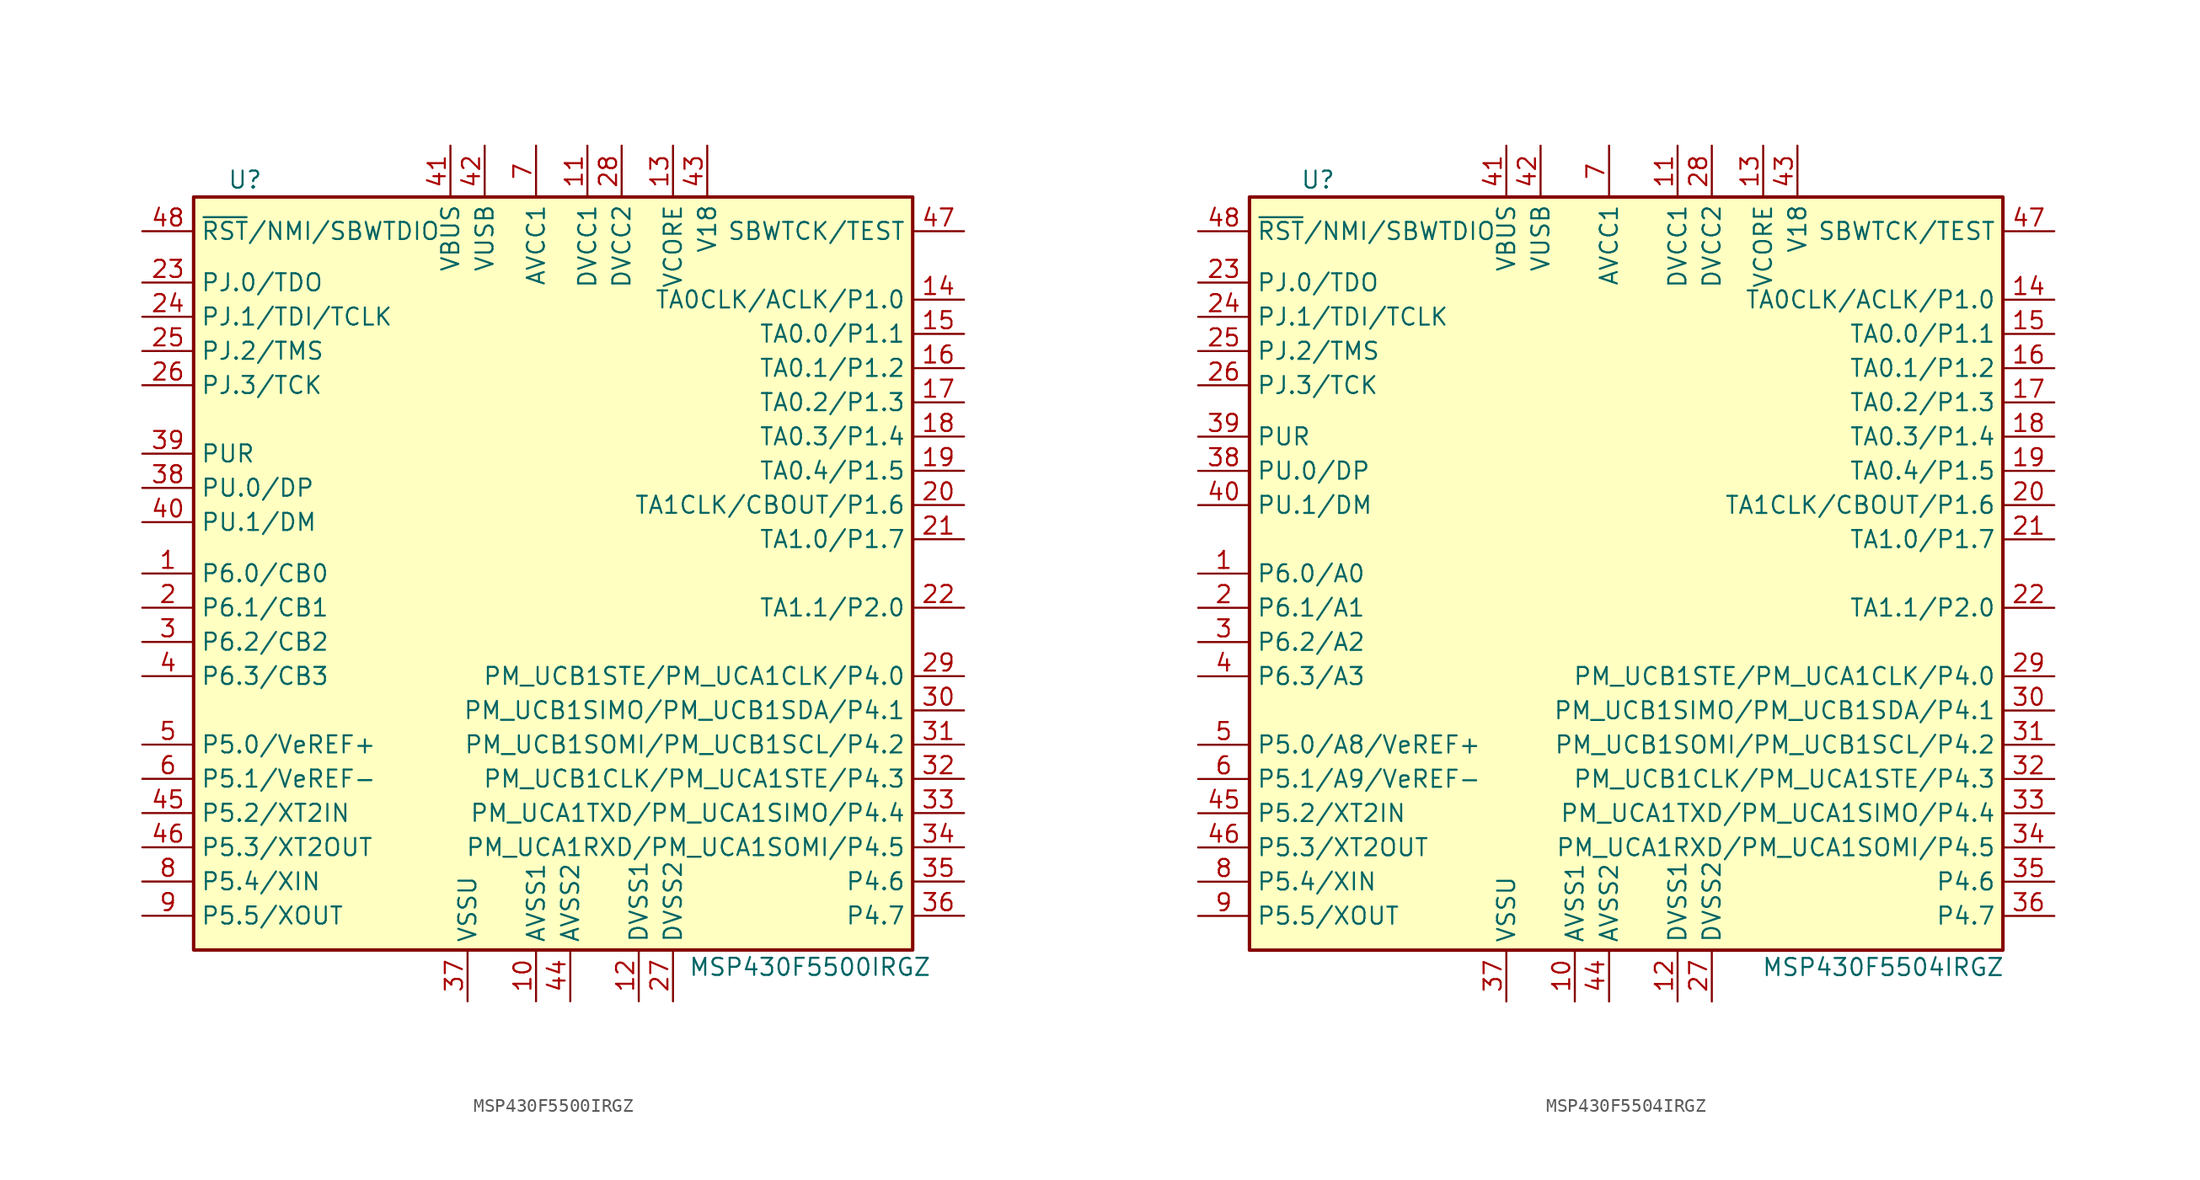
<source format=kicad_sym>
(kicad_symbol_lib
  (version 20201005)
  (generator kicad_symbol_editor)
  (symbol "MSP430F5500IRGZ"
    (property "Reference" "U"
      (at -22.86 29.21 0)
      (effects (font (size 1.27 1.27))))
    (property "Value" "MSP430F5500IRGZ"
      (at 19.05 -29.21 0)
      (effects (font (size 1.27 1.27))))
    (symbol "MSP430F5500IRGZ_0_1"
      (rectangle (start -26.67 27.94) (end 26.67 -27.94) (stroke (width 0.254)) (fill (type background))))
    (symbol "MSP430F5500IRGZ_1_1"
      (pin bidirectional line (at -30.48 0 0) (length 3.81) (name "P6.0/CB0" (effects (font (size 1.27 1.27)))) (number "1" (effects (font (size 1.27 1.27)))))
      (pin power_in line (at -1.27 -31.75 90) (length 3.81) (name "AVSS1" (effects (font (size 1.27 1.27)))) (number "10" (effects (font (size 1.27 1.27)))))
      (pin power_in line (at 2.54 31.75 270) (length 3.81) (name "DVCC1" (effects (font (size 1.27 1.27)))) (number "11" (effects (font (size 1.27 1.27)))))
      (pin power_in line (at 6.35 -31.75 90) (length 3.81) (name "DVSS1" (effects (font (size 1.27 1.27)))) (number "12" (effects (font (size 1.27 1.27)))))
      (pin passive line (at 8.89 31.75 270) (length 3.81) (name "VCORE" (effects (font (size 1.27 1.27)))) (number "13" (effects (font (size 1.27 1.27)))))
      (pin bidirectional line (at 30.48 20.32 180) (length 3.81) (name "TA0CLK/ACLK/P1.0" (effects (font (size 1.27 1.27)))) (number "14" (effects (font (size 1.27 1.27)))))
      (pin bidirectional line (at 30.48 17.78 180) (length 3.81) (name "TA0.0/P1.1" (effects (font (size 1.27 1.27)))) (number "15" (effects (font (size 1.27 1.27)))))
      (pin bidirectional line (at 30.48 15.24 180) (length 3.81) (name "TA0.1/P1.2" (effects (font (size 1.27 1.27)))) (number "16" (effects (font (size 1.27 1.27)))))
      (pin bidirectional line (at 30.48 12.7 180) (length 3.81) (name "TA0.2/P1.3" (effects (font (size 1.27 1.27)))) (number "17" (effects (font (size 1.27 1.27)))))
      (pin bidirectional line (at 30.48 10.16 180) (length 3.81) (name "TA0.3/P1.4" (effects (font (size 1.27 1.27)))) (number "18" (effects (font (size 1.27 1.27)))))
      (pin bidirectional line (at 30.48 7.62 180) (length 3.81) (name "TA0.4/P1.5" (effects (font (size 1.27 1.27)))) (number "19" (effects (font (size 1.27 1.27)))))
      (pin bidirectional line (at -30.48 -2.54 0) (length 3.81) (name "P6.1/CB1" (effects (font (size 1.27 1.27)))) (number "2" (effects (font (size 1.27 1.27)))))
      (pin bidirectional line (at 30.48 5.08 180) (length 3.81) (name "TA1CLK/CBOUT/P1.6" (effects (font (size 1.27 1.27)))) (number "20" (effects (font (size 1.27 1.27)))))
      (pin bidirectional line (at 30.48 2.54 180) (length 3.81) (name "TA1.0/P1.7" (effects (font (size 1.27 1.27)))) (number "21" (effects (font (size 1.27 1.27)))))
      (pin bidirectional line (at 30.48 -2.54 180) (length 3.81) (name "TA1.1/P2.0" (effects (font (size 1.27 1.27)))) (number "22" (effects (font (size 1.27 1.27)))))
      (pin bidirectional line (at -30.48 21.59 0) (length 3.81) (name "PJ.0/TDO" (effects (font (size 1.27 1.27)))) (number "23" (effects (font (size 1.27 1.27)))))
      (pin bidirectional line (at -30.48 19.05 0) (length 3.81) (name "PJ.1/TDI/TCLK" (effects (font (size 1.27 1.27)))) (number "24" (effects (font (size 1.27 1.27)))))
      (pin bidirectional line (at -30.48 16.51 0) (length 3.81) (name "PJ.2/TMS" (effects (font (size 1.27 1.27)))) (number "25" (effects (font (size 1.27 1.27)))))
      (pin bidirectional line (at -30.48 13.97 0) (length 3.81) (name "PJ.3/TCK" (effects (font (size 1.27 1.27)))) (number "26" (effects (font (size 1.27 1.27)))))
      (pin power_in line (at 8.89 -31.75 90) (length 3.81) (name "DVSS2" (effects (font (size 1.27 1.27)))) (number "27" (effects (font (size 1.27 1.27)))))
      (pin power_in line (at 5.08 31.75 270) (length 3.81) (name "DVCC2" (effects (font (size 1.27 1.27)))) (number "28" (effects (font (size 1.27 1.27)))))
      (pin bidirectional line (at 30.48 -7.62 180) (length 3.81) (name "PM_UCB1STE/PM_UCA1CLK/P4.0" (effects (font (size 1.27 1.27)))) (number "29" (effects (font (size 1.27 1.27)))))
      (pin bidirectional line (at -30.48 -5.08 0) (length 3.81) (name "P6.2/CB2" (effects (font (size 1.27 1.27)))) (number "3" (effects (font (size 1.27 1.27)))))
      (pin bidirectional line (at 30.48 -10.16 180) (length 3.81) (name "PM_UCB1SIMO/PM_UCB1SDA/P4.1" (effects (font (size 1.27 1.27)))) (number "30" (effects (font (size 1.27 1.27)))))
      (pin bidirectional line (at 30.48 -12.7 180) (length 3.81) (name "PM_UCB1SOMI/PM_UCB1SCL/P4.2" (effects (font (size 1.27 1.27)))) (number "31" (effects (font (size 1.27 1.27)))))
      (pin bidirectional line (at 30.48 -15.24 180) (length 3.81) (name "PM_UCB1CLK/PM_UCA1STE/P4.3" (effects (font (size 1.27 1.27)))) (number "32" (effects (font (size 1.27 1.27)))))
      (pin bidirectional line (at 30.48 -17.78 180) (length 3.81) (name "PM_UCA1TXD/PM_UCA1SIMO/P4.4" (effects (font (size 1.27 1.27)))) (number "33" (effects (font (size 1.27 1.27)))))
      (pin bidirectional line (at 30.48 -20.32 180) (length 3.81) (name "PM_UCA1RXD/PM_UCA1SOMI/P4.5" (effects (font (size 1.27 1.27)))) (number "34" (effects (font (size 1.27 1.27)))))
      (pin bidirectional line (at 30.48 -22.86 180) (length 3.81) (name "P4.6" (effects (font (size 1.27 1.27)))) (number "35" (effects (font (size 1.27 1.27)))))
      (pin bidirectional line (at 30.48 -25.4 180) (length 3.81) (name "P4.7" (effects (font (size 1.27 1.27)))) (number "36" (effects (font (size 1.27 1.27)))))
      (pin power_in line (at -6.35 -31.75 90) (length 3.81) (name "VSSU" (effects (font (size 1.27 1.27)))) (number "37" (effects (font (size 1.27 1.27)))))
      (pin bidirectional line (at -30.48 6.35 0) (length 3.81) (name "PU.0/DP" (effects (font (size 1.27 1.27)))) (number "38" (effects (font (size 1.27 1.27)))))
      (pin bidirectional line (at -30.48 8.89 0) (length 3.81) (name "PUR" (effects (font (size 1.27 1.27)))) (number "39" (effects (font (size 1.27 1.27)))))
      (pin bidirectional line (at -30.48 -7.62 0) (length 3.81) (name "P6.3/CB3" (effects (font (size 1.27 1.27)))) (number "4" (effects (font (size 1.27 1.27)))))
      (pin bidirectional line (at -30.48 3.81 0) (length 3.81) (name "PU.1/DM" (effects (font (size 1.27 1.27)))) (number "40" (effects (font (size 1.27 1.27)))))
      (pin power_in line (at -7.62 31.75 270) (length 3.81) (name "VBUS" (effects (font (size 1.27 1.27)))) (number "41" (effects (font (size 1.27 1.27)))))
      (pin power_out line (at -5.08 31.75 270) (length 3.81) (name "VUSB" (effects (font (size 1.27 1.27)))) (number "42" (effects (font (size 1.27 1.27)))))
      (pin passive line (at 11.43 31.75 270) (length 3.81) (name "V18" (effects (font (size 1.27 1.27)))) (number "43" (effects (font (size 1.27 1.27)))))
      (pin power_in line (at 1.27 -31.75 90) (length 3.81) (name "AVSS2" (effects (font (size 1.27 1.27)))) (number "44" (effects (font (size 1.27 1.27)))))
      (pin bidirectional line (at -30.48 -17.78 0) (length 3.81) (name "P5.2/XT2IN" (effects (font (size 1.27 1.27)))) (number "45" (effects (font (size 1.27 1.27)))))
      (pin bidirectional line (at -30.48 -20.32 0) (length 3.81) (name "P5.3/XT2OUT" (effects (font (size 1.27 1.27)))) (number "46" (effects (font (size 1.27 1.27)))))
      (pin input line (at 30.48 25.4 180) (length 3.81) (name "SBWTCK/TEST" (effects (font (size 1.27 1.27)))) (number "47" (effects (font (size 1.27 1.27)))))
      (pin input line (at -30.48 25.4 0) (length 3.81) (name "~RST~/NMI/SBWTDIO" (effects (font (size 1.27 1.27)))) (number "48" (effects (font (size 1.27 1.27)))))
      (pin bidirectional line (at -30.48 -12.7 0) (length 3.81) (name "P5.0/VeREF+" (effects (font (size 1.27 1.27)))) (number "5" (effects (font (size 1.27 1.27)))))
      (pin bidirectional line (at -30.48 -15.24 0) (length 3.81) (name "P5.1/VeREF-" (effects (font (size 1.27 1.27)))) (number "6" (effects (font (size 1.27 1.27)))))
      (pin power_in line (at -1.27 31.75 270) (length 3.81) (name "AVCC1" (effects (font (size 1.27 1.27)))) (number "7" (effects (font (size 1.27 1.27)))))
      (pin bidirectional line (at -30.48 -22.86 0) (length 3.81) (name "P5.4/XIN" (effects (font (size 1.27 1.27)))) (number "8" (effects (font (size 1.27 1.27)))))
      (pin bidirectional line (at -30.48 -25.4 0) (length 3.81) (name "P5.5/XOUT" (effects (font (size 1.27 1.27)))) (number "9" (effects (font (size 1.27 1.27)))))))
  (symbol "MSP430F5504IRGZ"
    (property "Reference" "U"
      (at -21.59 29.21 0)
      (effects (font (size 1.27 1.27))))
    (property "Value" "MSP430F5504IRGZ"
      (at 20.32 -29.21 0)
      (effects (font (size 1.27 1.27))))
    (symbol "MSP430F5504IRGZ_0_1"
      (rectangle (start -26.67 27.94) (end 29.21 -27.94) (stroke (width 0.254)) (fill (type background))))
    (symbol "MSP430F5504IRGZ_1_1"
      (pin bidirectional line (at -30.48 0 0) (length 3.81) (name "P6.0/A0" (effects (font (size 1.27 1.27)))) (number "1" (effects (font (size 1.27 1.27)))))
      (pin power_in line (at -2.54 -31.75 90) (length 3.81) (name "AVSS1" (effects (font (size 1.27 1.27)))) (number "10" (effects (font (size 1.27 1.27)))))
      (pin power_in line (at 5.08 31.75 270) (length 3.81) (name "DVCC1" (effects (font (size 1.27 1.27)))) (number "11" (effects (font (size 1.27 1.27)))))
      (pin power_in line (at 5.08 -31.75 90) (length 3.81) (name "DVSS1" (effects (font (size 1.27 1.27)))) (number "12" (effects (font (size 1.27 1.27)))))
      (pin passive line (at 11.43 31.75 270) (length 3.81) (name "VCORE" (effects (font (size 1.27 1.27)))) (number "13" (effects (font (size 1.27 1.27)))))
      (pin bidirectional line (at 33.02 20.32 180) (length 3.81) (name "TA0CLK/ACLK/P1.0" (effects (font (size 1.27 1.27)))) (number "14" (effects (font (size 1.27 1.27)))))
      (pin bidirectional line (at 33.02 17.78 180) (length 3.81) (name "TA0.0/P1.1" (effects (font (size 1.27 1.27)))) (number "15" (effects (font (size 1.27 1.27)))))
      (pin bidirectional line (at 33.02 15.24 180) (length 3.81) (name "TA0.1/P1.2" (effects (font (size 1.27 1.27)))) (number "16" (effects (font (size 1.27 1.27)))))
      (pin bidirectional line (at 33.02 12.7 180) (length 3.81) (name "TA0.2/P1.3" (effects (font (size 1.27 1.27)))) (number "17" (effects (font (size 1.27 1.27)))))
      (pin bidirectional line (at 33.02 10.16 180) (length 3.81) (name "TA0.3/P1.4" (effects (font (size 1.27 1.27)))) (number "18" (effects (font (size 1.27 1.27)))))
      (pin bidirectional line (at 33.02 7.62 180) (length 3.81) (name "TA0.4/P1.5" (effects (font (size 1.27 1.27)))) (number "19" (effects (font (size 1.27 1.27)))))
      (pin bidirectional line (at -30.48 -2.54 0) (length 3.81) (name "P6.1/A1" (effects (font (size 1.27 1.27)))) (number "2" (effects (font (size 1.27 1.27)))))
      (pin bidirectional line (at 33.02 5.08 180) (length 3.81) (name "TA1CLK/CBOUT/P1.6" (effects (font (size 1.27 1.27)))) (number "20" (effects (font (size 1.27 1.27)))))
      (pin bidirectional line (at 33.02 2.54 180) (length 3.81) (name "TA1.0/P1.7" (effects (font (size 1.27 1.27)))) (number "21" (effects (font (size 1.27 1.27)))))
      (pin bidirectional line (at 33.02 -2.54 180) (length 3.81) (name "TA1.1/P2.0" (effects (font (size 1.27 1.27)))) (number "22" (effects (font (size 1.27 1.27)))))
      (pin bidirectional line (at -30.48 21.59 0) (length 3.81) (name "PJ.0/TDO" (effects (font (size 1.27 1.27)))) (number "23" (effects (font (size 1.27 1.27)))))
      (pin bidirectional line (at -30.48 19.05 0) (length 3.81) (name "PJ.1/TDI/TCLK" (effects (font (size 1.27 1.27)))) (number "24" (effects (font (size 1.27 1.27)))))
      (pin bidirectional line (at -30.48 16.51 0) (length 3.81) (name "PJ.2/TMS" (effects (font (size 1.27 1.27)))) (number "25" (effects (font (size 1.27 1.27)))))
      (pin bidirectional line (at -30.48 13.97 0) (length 3.81) (name "PJ.3/TCK" (effects (font (size 1.27 1.27)))) (number "26" (effects (font (size 1.27 1.27)))))
      (pin power_in line (at 7.62 -31.75 90) (length 3.81) (name "DVSS2" (effects (font (size 1.27 1.27)))) (number "27" (effects (font (size 1.27 1.27)))))
      (pin power_in line (at 7.62 31.75 270) (length 3.81) (name "DVCC2" (effects (font (size 1.27 1.27)))) (number "28" (effects (font (size 1.27 1.27)))))
      (pin bidirectional line (at 33.02 -7.62 180) (length 3.81) (name "PM_UCB1STE/PM_UCA1CLK/P4.0" (effects (font (size 1.27 1.27)))) (number "29" (effects (font (size 1.27 1.27)))))
      (pin bidirectional line (at -30.48 -5.08 0) (length 3.81) (name "P6.2/A2" (effects (font (size 1.27 1.27)))) (number "3" (effects (font (size 1.27 1.27)))))
      (pin bidirectional line (at 33.02 -10.16 180) (length 3.81) (name "PM_UCB1SIMO/PM_UCB1SDA/P4.1" (effects (font (size 1.27 1.27)))) (number "30" (effects (font (size 1.27 1.27)))))
      (pin bidirectional line (at 33.02 -12.7 180) (length 3.81) (name "PM_UCB1SOMI/PM_UCB1SCL/P4.2" (effects (font (size 1.27 1.27)))) (number "31" (effects (font (size 1.27 1.27)))))
      (pin bidirectional line (at 33.02 -15.24 180) (length 3.81) (name "PM_UCB1CLK/PM_UCA1STE/P4.3" (effects (font (size 1.27 1.27)))) (number "32" (effects (font (size 1.27 1.27)))))
      (pin bidirectional line (at 33.02 -17.78 180) (length 3.81) (name "PM_UCA1TXD/PM_UCA1SIMO/P4.4" (effects (font (size 1.27 1.27)))) (number "33" (effects (font (size 1.27 1.27)))))
      (pin bidirectional line (at 33.02 -20.32 180) (length 3.81) (name "PM_UCA1RXD/PM_UCA1SOMI/P4.5" (effects (font (size 1.27 1.27)))) (number "34" (effects (font (size 1.27 1.27)))))
      (pin bidirectional line (at 33.02 -22.86 180) (length 3.81) (name "P4.6" (effects (font (size 1.27 1.27)))) (number "35" (effects (font (size 1.27 1.27)))))
      (pin bidirectional line (at 33.02 -25.4 180) (length 3.81) (name "P4.7" (effects (font (size 1.27 1.27)))) (number "36" (effects (font (size 1.27 1.27)))))
      (pin power_in line (at -7.62 -31.75 90) (length 3.81) (name "VSSU" (effects (font (size 1.27 1.27)))) (number "37" (effects (font (size 1.27 1.27)))))
      (pin bidirectional line (at -30.48 7.62 0) (length 3.81) (name "PU.0/DP" (effects (font (size 1.27 1.27)))) (number "38" (effects (font (size 1.27 1.27)))))
      (pin bidirectional line (at -30.48 10.16 0) (length 3.81) (name "PUR" (effects (font (size 1.27 1.27)))) (number "39" (effects (font (size 1.27 1.27)))))
      (pin bidirectional line (at -30.48 -7.62 0) (length 3.81) (name "P6.3/A3" (effects (font (size 1.27 1.27)))) (number "4" (effects (font (size 1.27 1.27)))))
      (pin bidirectional line (at -30.48 5.08 0) (length 3.81) (name "PU.1/DM" (effects (font (size 1.27 1.27)))) (number "40" (effects (font (size 1.27 1.27)))))
      (pin power_in line (at -7.62 31.75 270) (length 3.81) (name "VBUS" (effects (font (size 1.27 1.27)))) (number "41" (effects (font (size 1.27 1.27)))))
      (pin power_out line (at -5.08 31.75 270) (length 3.81) (name "VUSB" (effects (font (size 1.27 1.27)))) (number "42" (effects (font (size 1.27 1.27)))))
      (pin passive line (at 13.97 31.75 270) (length 3.81) (name "V18" (effects (font (size 1.27 1.27)))) (number "43" (effects (font (size 1.27 1.27)))))
      (pin power_in line (at 0 -31.75 90) (length 3.81) (name "AVSS2" (effects (font (size 1.27 1.27)))) (number "44" (effects (font (size 1.27 1.27)))))
      (pin bidirectional line (at -30.48 -17.78 0) (length 3.81) (name "P5.2/XT2IN" (effects (font (size 1.27 1.27)))) (number "45" (effects (font (size 1.27 1.27)))))
      (pin bidirectional line (at -30.48 -20.32 0) (length 3.81) (name "P5.3/XT2OUT" (effects (font (size 1.27 1.27)))) (number "46" (effects (font (size 1.27 1.27)))))
      (pin input line (at 33.02 25.4 180) (length 3.81) (name "SBWTCK/TEST" (effects (font (size 1.27 1.27)))) (number "47" (effects (font (size 1.27 1.27)))))
      (pin input line (at -30.48 25.4 0) (length 3.81) (name "~RST~/NMI/SBWTDIO" (effects (font (size 1.27 1.27)))) (number "48" (effects (font (size 1.27 1.27)))))
      (pin bidirectional line (at -30.48 -12.7 0) (length 3.81) (name "P5.0/A8/VeREF+" (effects (font (size 1.27 1.27)))) (number "5" (effects (font (size 1.27 1.27)))))
      (pin bidirectional line (at -30.48 -15.24 0) (length 3.81) (name "P5.1/A9/VeREF-" (effects (font (size 1.27 1.27)))) (number "6" (effects (font (size 1.27 1.27)))))
      (pin power_in line (at 0 31.75 270) (length 3.81) (name "AVCC1" (effects (font (size 1.27 1.27)))) (number "7" (effects (font (size 1.27 1.27)))))
      (pin bidirectional line (at -30.48 -22.86 0) (length 3.81) (name "P5.4/XIN" (effects (font (size 1.27 1.27)))) (number "8" (effects (font (size 1.27 1.27)))))
      (pin bidirectional line (at -30.48 -25.4 0) (length 3.81) (name "P5.5/XOUT" (effects (font (size 1.27 1.27)))) (number "9" (effects (font (size 1.27 1.27))))))))
</source>
